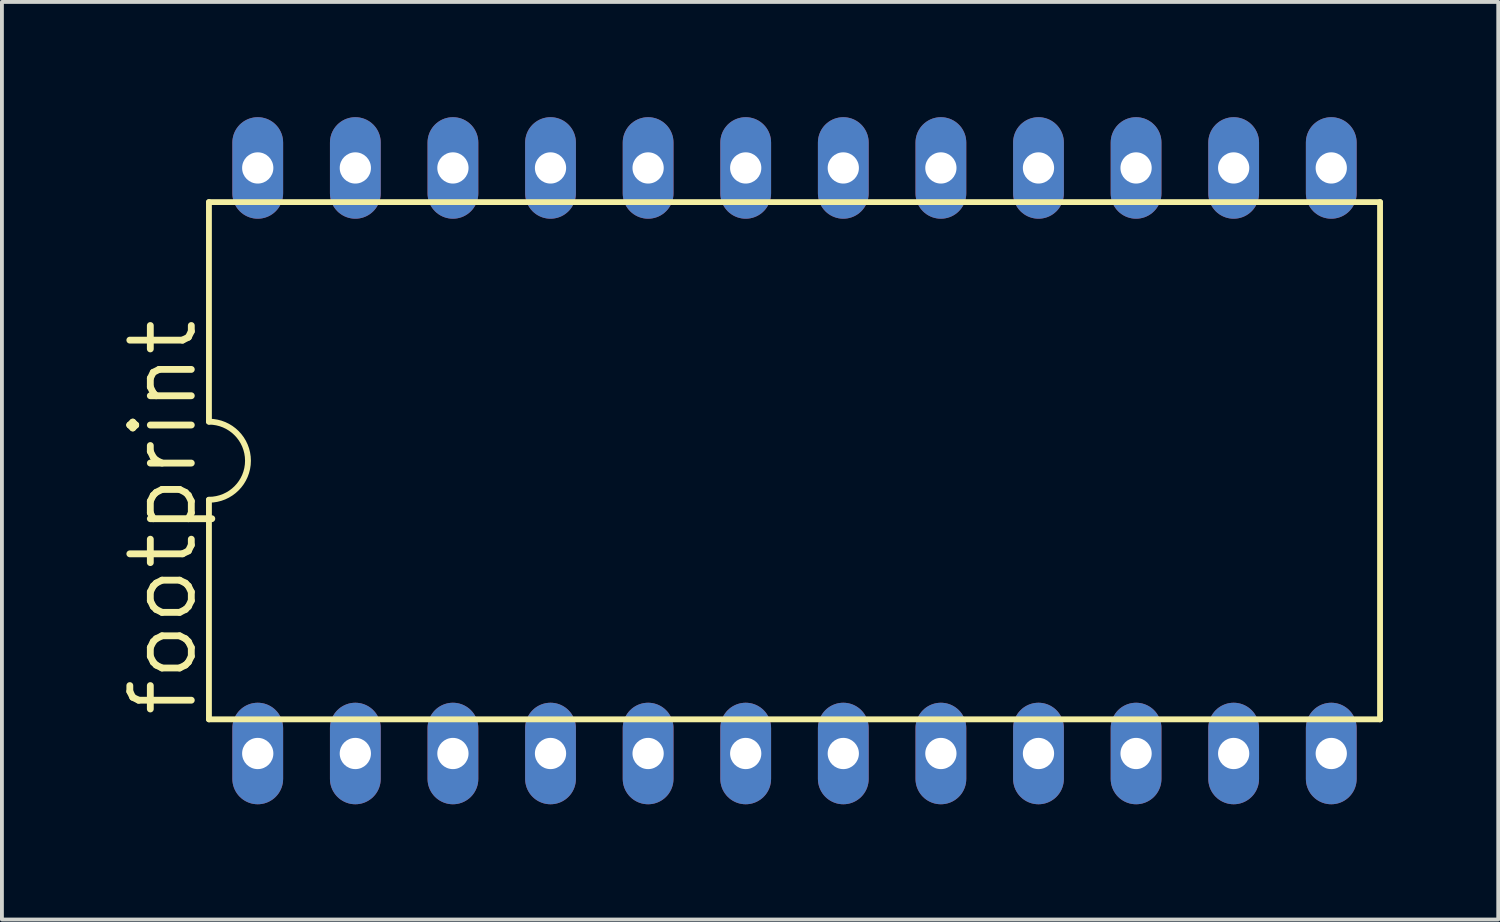
<source format=kicad_pcb>
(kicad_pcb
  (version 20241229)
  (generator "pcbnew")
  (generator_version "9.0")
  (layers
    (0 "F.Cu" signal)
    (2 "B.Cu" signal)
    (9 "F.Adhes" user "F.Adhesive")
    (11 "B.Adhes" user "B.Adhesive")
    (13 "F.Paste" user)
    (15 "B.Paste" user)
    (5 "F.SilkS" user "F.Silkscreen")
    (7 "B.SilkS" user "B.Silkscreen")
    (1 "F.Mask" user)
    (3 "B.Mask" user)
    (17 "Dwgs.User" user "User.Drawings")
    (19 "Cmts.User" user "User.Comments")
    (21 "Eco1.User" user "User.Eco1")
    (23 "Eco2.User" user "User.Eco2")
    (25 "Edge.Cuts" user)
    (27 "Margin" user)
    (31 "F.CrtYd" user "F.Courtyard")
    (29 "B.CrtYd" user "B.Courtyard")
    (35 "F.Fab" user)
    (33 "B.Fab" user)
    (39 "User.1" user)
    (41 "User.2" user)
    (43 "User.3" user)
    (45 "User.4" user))
  (footprint "footprint"
    (layer "F.Cu")
    (at 17.628 8.941)
    (property "Reference" "footprint" (at -15.494 6.731 90) (layer "F.SilkS") (effects (font (size 1.6 1.6) (thickness 0.178)) (justify left bottom)))
    (fp_line (start -15.24 -6.731) (end -15.24 -1.016) (stroke (width 0.152) (type solid)) (layer "F.SilkS"))
    (fp_line (start -15.24 6.731) (end -15.24 1.016) (stroke (width 0.152) (type solid)) (layer "F.SilkS"))
    (fp_line (start -15.24 6.731) (end 15.24 6.731) (stroke (width 0.152) (type solid)) (layer "F.SilkS"))
    (fp_line (start 15.24 -6.731) (end -15.24 -6.731) (stroke (width 0.152) (type solid)) (layer "F.SilkS"))
    (fp_line (start 15.24 -6.731) (end 15.24 6.731) (stroke (width 0.152) (type solid)) (layer "F.SilkS"))
    (fp_arc (start -15.24 -1.016) (mid -14.224 0) (end -15.24 1.016) (stroke (width 0.1524) (type solid)) (layer "F.SilkS"))
    (pad "1" thru_hole oval (at -13.97 7.62 90) (size 2.642 1.321) (drill 0.813) (layers "*.Cu" "*.Mask"))
    (pad "2" thru_hole oval (at -11.43 7.62 90) (size 2.642 1.321) (drill 0.813) (layers "*.Cu" "*.Mask"))
    (pad "3" thru_hole oval (at -8.89 7.62 90) (size 2.642 1.321) (drill 0.813) (layers "*.Cu" "*.Mask"))
    (pad "4" thru_hole oval (at -6.35 7.62 90) (size 2.642 1.321) (drill 0.813) (layers "*.Cu" "*.Mask"))
    (pad "5" thru_hole oval (at -3.81 7.62 90) (size 2.642 1.321) (drill 0.813) (layers "*.Cu" "*.Mask"))
    (pad "6" thru_hole oval (at -1.27 7.62 90) (size 2.642 1.321) (drill 0.813) (layers "*.Cu" "*.Mask"))
    (pad "7" thru_hole oval (at 1.27 7.62 90) (size 2.642 1.321) (drill 0.813) (layers "*.Cu" "*.Mask"))
    (pad "8" thru_hole oval (at 3.81 7.62 90) (size 2.642 1.321) (drill 0.813) (layers "*.Cu" "*.Mask"))
    (pad "9" thru_hole oval (at 6.35 7.62 90) (size 2.642 1.321) (drill 0.813) (layers "*.Cu" "*.Mask"))
    (pad "10" thru_hole oval (at 8.89 7.62 90) (size 2.642 1.321) (drill 0.813) (layers "*.Cu" "*.Mask"))
    (pad "11" thru_hole oval (at 11.43 7.62 90) (size 2.642 1.321) (drill 0.813) (layers "*.Cu" "*.Mask"))
    (pad "12" thru_hole oval (at 13.97 7.62 90) (size 2.642 1.321) (drill 0.813) (layers "*.Cu" "*.Mask"))
    (pad "13" thru_hole oval (at 13.97 -7.62 90) (size 2.642 1.321) (drill 0.813) (layers "*.Cu" "*.Mask"))
    (pad "14" thru_hole oval (at 11.43 -7.62 90) (size 2.642 1.321) (drill 0.813) (layers "*.Cu" "*.Mask"))
    (pad "15" thru_hole oval (at 8.89 -7.62 90) (size 2.642 1.321) (drill 0.813) (layers "*.Cu" "*.Mask"))
    (pad "16" thru_hole oval (at 6.35 -7.62 90) (size 2.642 1.321) (drill 0.813) (layers "*.Cu" "*.Mask"))
    (pad "17" thru_hole oval (at 3.81 -7.62 90) (size 2.642 1.321) (drill 0.813) (layers "*.Cu" "*.Mask"))
    (pad "18" thru_hole oval (at 1.27 -7.62 90) (size 2.642 1.321) (drill 0.813) (layers "*.Cu" "*.Mask"))
    (pad "19" thru_hole oval (at -1.27 -7.62 90) (size 2.642 1.321) (drill 0.813) (layers "*.Cu" "*.Mask"))
    (pad "20" thru_hole oval (at -3.81 -7.62 90) (size 2.642 1.321) (drill 0.813) (layers "*.Cu" "*.Mask"))
    (pad "21" thru_hole oval (at -6.35 -7.62 90) (size 2.642 1.321) (drill 0.813) (layers "*.Cu" "*.Mask"))
    (pad "22" thru_hole oval (at -8.89 -7.62 90) (size 2.642 1.321) (drill 0.813) (layers "*.Cu" "*.Mask"))
    (pad "23" thru_hole oval (at -11.43 -7.62 90) (size 2.642 1.321) (drill 0.813) (layers "*.Cu" "*.Mask"))
    (pad "24" thru_hole oval (at -13.97 -7.62 90) (size 2.642 1.321) (drill 0.813) (layers "*.Cu" "*.Mask")))
  (gr_rect
    (start -3 -3)
    (end 35.944 20.882)
    (stroke (width 0.1) (type default))
    (fill no)
    (layer "Edge.Cuts")))
</source>
